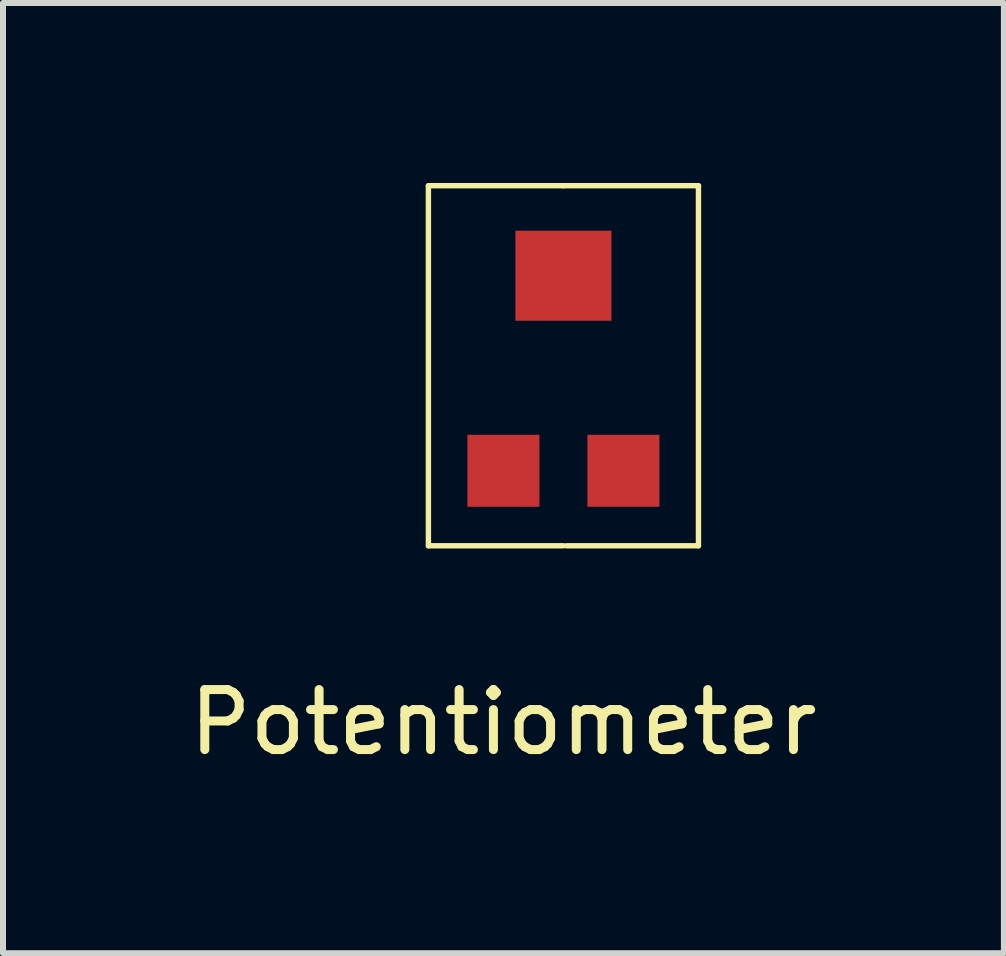
<source format=kicad_pcb>
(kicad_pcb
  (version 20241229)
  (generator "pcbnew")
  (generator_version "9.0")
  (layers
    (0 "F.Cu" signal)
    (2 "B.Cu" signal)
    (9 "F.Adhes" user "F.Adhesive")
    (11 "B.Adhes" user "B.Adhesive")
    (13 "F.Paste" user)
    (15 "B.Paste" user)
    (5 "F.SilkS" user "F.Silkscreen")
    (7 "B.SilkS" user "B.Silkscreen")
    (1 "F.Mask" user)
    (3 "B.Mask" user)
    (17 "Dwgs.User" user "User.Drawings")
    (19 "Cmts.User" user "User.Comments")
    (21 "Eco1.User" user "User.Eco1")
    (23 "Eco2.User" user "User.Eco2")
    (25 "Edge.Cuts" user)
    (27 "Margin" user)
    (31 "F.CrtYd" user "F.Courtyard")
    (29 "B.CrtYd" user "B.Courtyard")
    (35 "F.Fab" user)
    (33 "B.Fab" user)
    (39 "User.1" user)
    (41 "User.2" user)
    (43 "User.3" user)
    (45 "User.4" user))
  (footprint "Potentiometer"
    (layer "F.Cu")
    (at 5.339 4.795)
    (property "Reference" "Potentiometer" (at 0 4.191 0) (layer "F.SilkS") (effects (font (size 1 1) (thickness 0.15))))
    (attr through_hole)
    (fp_line (start -1.25 -4.75) (end -1.25 1.25) (stroke (width 0.09) (type solid)) (layer "F.SilkS"))
    (fp_line (start 1 -4.75) (end -1.25 -4.75) (stroke (width 0.09) (type solid)) (layer "F.SilkS"))
    (fp_line (start 1 -4.75) (end 3.25 -4.75) (stroke (width 0.09) (type solid)) (layer "F.SilkS"))
    (fp_line (start 1 1.25) (end -1.25 1.25) (stroke (width 0.09) (type solid)) (layer "F.SilkS"))
    (fp_line (start 1.05 1.25) (end 3.25 1.25) (stroke (width 0.09) (type solid)) (layer "F.SilkS"))
    (fp_line (start 3.25 -4.75) (end 3.25 1.25) (stroke (width 0.09) (type solid)) (layer "F.SilkS"))
    (pad "1" smd rect (at 0 0) (size 1.2 1.2) (layers "F.Cu" "F.Mask" "F.Paste"))
    (pad "2" smd rect (at 1 -3.25) (size 1.6 1.5) (layers "F.Cu" "F.Mask" "F.Paste"))
    (pad "3" smd rect (at 2 0) (size 1.2 1.2) (layers "F.Cu" "F.Mask" "F.Paste")))
  (gr_rect
    (start -3 -3)
    (end 13.679 12.834)
    (stroke (width 0.1) (type default))
    (fill no)
    (layer "Edge.Cuts")))
</source>
